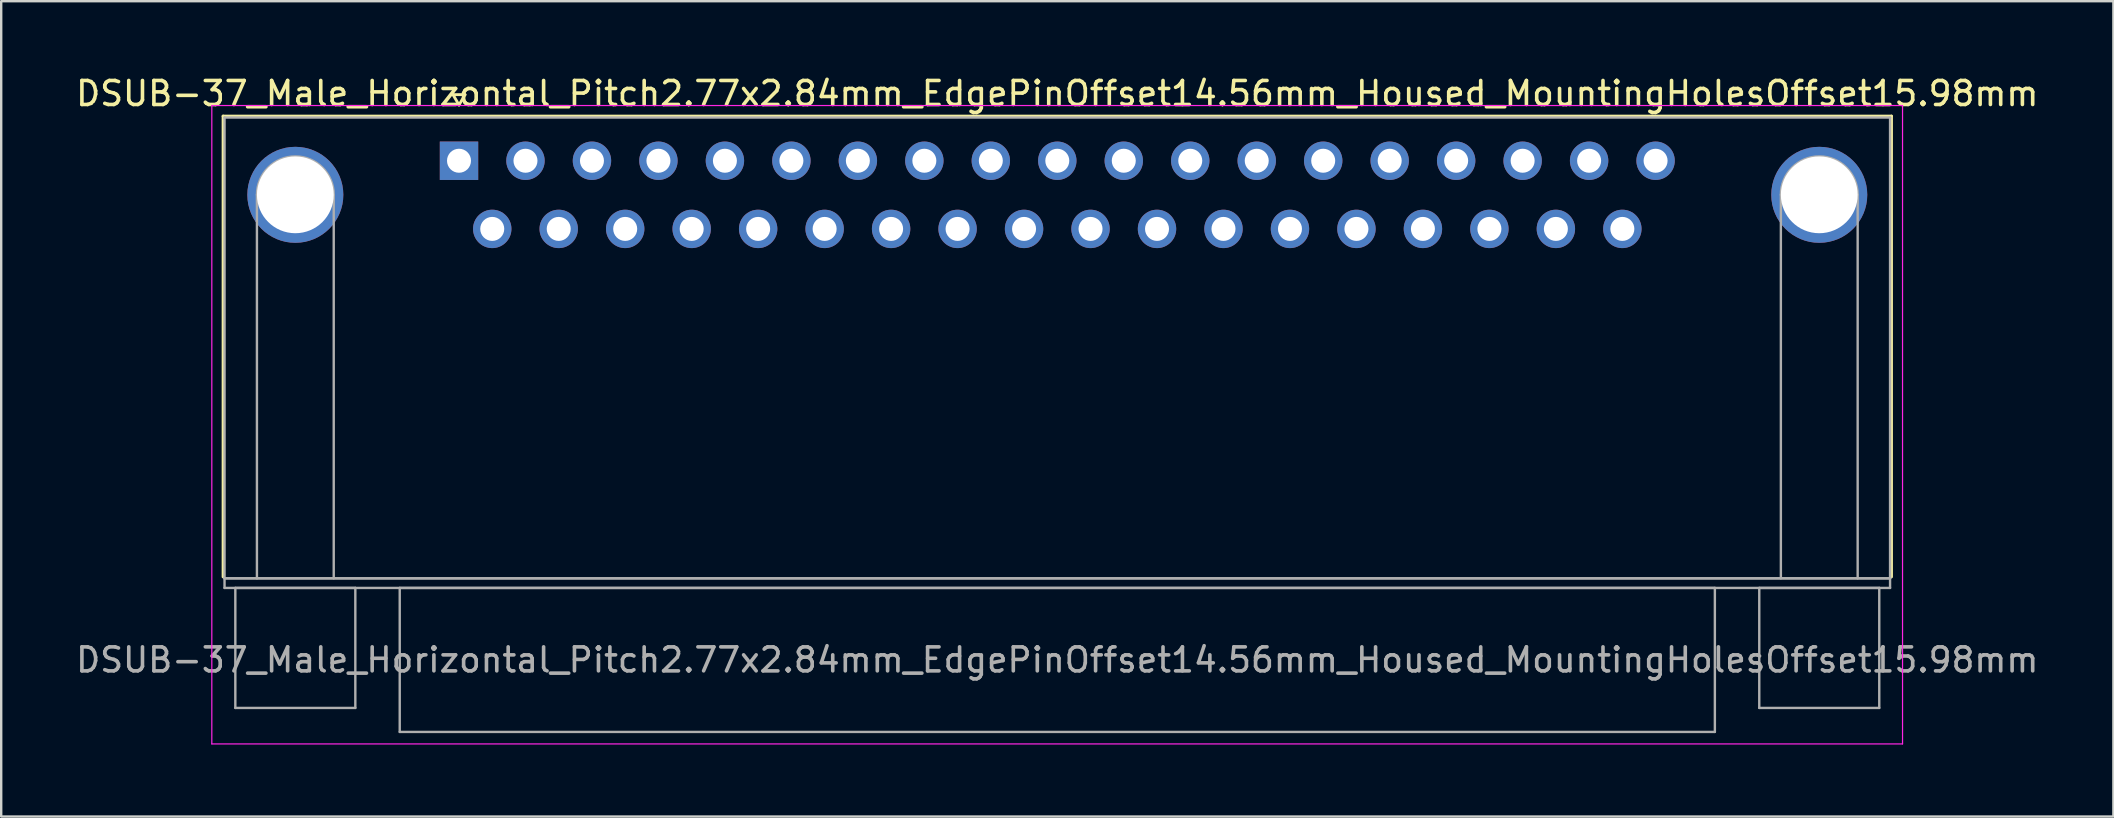
<source format=kicad_pcb>
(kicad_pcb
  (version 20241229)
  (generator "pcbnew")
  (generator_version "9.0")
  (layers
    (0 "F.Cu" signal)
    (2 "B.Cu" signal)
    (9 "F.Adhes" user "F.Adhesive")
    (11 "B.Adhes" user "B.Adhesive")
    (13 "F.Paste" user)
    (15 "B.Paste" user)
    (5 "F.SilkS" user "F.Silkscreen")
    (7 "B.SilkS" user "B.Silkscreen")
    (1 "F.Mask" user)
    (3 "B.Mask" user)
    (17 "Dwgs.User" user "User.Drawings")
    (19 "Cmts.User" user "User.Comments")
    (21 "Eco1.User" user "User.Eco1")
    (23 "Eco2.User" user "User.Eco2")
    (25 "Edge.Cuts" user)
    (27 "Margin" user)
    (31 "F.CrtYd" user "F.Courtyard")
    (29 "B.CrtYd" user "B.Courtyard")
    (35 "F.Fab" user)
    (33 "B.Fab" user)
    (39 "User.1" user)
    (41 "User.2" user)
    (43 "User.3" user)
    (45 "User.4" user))
  (footprint "DSUB-37_Male_Horizontal_Pitch2.77x2.84mm_EdgePinOffset14.56mm_Housed_MountingHolesOffset15.98mm"
    (layer "F.Cu")
    (at 16.076 3.648)
    (property "Reference" "DSUB-37_Male_Horizontal_Pitch2.77x2.84mm_EdgePinOffset14.56mm_Housed_MountingHolesOffset15.98mm" (at 24.93 -2.8 0) (layer "F.SilkS") (effects (font (size 1 1) (thickness 0.15))))
    (attr through_hole)
    (fp_line (start -9.83 -1.86) (end 59.69 -1.86) (stroke (width 0.12) (type solid)) (layer "F.SilkS"))
    (fp_line (start -9.83 17.34) (end -9.83 -1.86) (stroke (width 0.12) (type solid)) (layer "F.SilkS"))
    (fp_line (start -0.25 -2.754) (end 0.25 -2.754) (stroke (width 0.12) (type solid)) (layer "F.SilkS"))
    (fp_line (start 0 -2.321) (end -0.25 -2.754) (stroke (width 0.12) (type solid)) (layer "F.SilkS"))
    (fp_line (start 0.25 -2.754) (end 0 -2.321) (stroke (width 0.12) (type solid)) (layer "F.SilkS"))
    (fp_line (start 59.69 -1.86) (end 59.69 17.34) (stroke (width 0.12) (type solid)) (layer "F.SilkS"))
    (fp_line (start -10.3 -2.3) (end -10.3 24.3) (stroke (width 0.05) (type solid)) (layer "F.CrtYd"))
    (fp_line (start -10.3 24.3) (end 60.15 24.3) (stroke (width 0.05) (type solid)) (layer "F.CrtYd"))
    (fp_line (start 60.15 -2.3) (end -10.3 -2.3) (stroke (width 0.05) (type solid)) (layer "F.CrtYd"))
    (fp_line (start 60.15 24.3) (end 60.15 -2.3) (stroke (width 0.05) (type solid)) (layer "F.CrtYd"))
    (fp_line (start -9.77 -1.8) (end -9.77 17.4) (stroke (width 0.1) (type solid)) (layer "F.Fab"))
    (fp_line (start -9.77 17.4) (end -9.77 17.8) (stroke (width 0.1) (type solid)) (layer "F.Fab"))
    (fp_line (start -9.77 17.4) (end 59.63 17.4) (stroke (width 0.1) (type solid)) (layer "F.Fab"))
    (fp_line (start -9.77 17.8) (end 59.63 17.8) (stroke (width 0.1) (type solid)) (layer "F.Fab"))
    (fp_line (start -9.32 17.8) (end -9.32 22.8) (stroke (width 0.1) (type solid)) (layer "F.Fab"))
    (fp_line (start -9.32 22.8) (end -4.32 22.8) (stroke (width 0.1) (type solid)) (layer "F.Fab"))
    (fp_line (start -8.42 17.4) (end -8.42 1.42) (stroke (width 0.1) (type solid)) (layer "F.Fab"))
    (fp_line (start -5.22 17.4) (end -5.22 1.42) (stroke (width 0.1) (type solid)) (layer "F.Fab"))
    (fp_line (start -4.32 17.8) (end -9.32 17.8) (stroke (width 0.1) (type solid)) (layer "F.Fab"))
    (fp_line (start -4.32 22.8) (end -4.32 17.8) (stroke (width 0.1) (type solid)) (layer "F.Fab"))
    (fp_line (start -2.47 17.8) (end -2.47 23.8) (stroke (width 0.1) (type solid)) (layer "F.Fab"))
    (fp_line (start -2.47 23.8) (end 52.33 23.8) (stroke (width 0.1) (type solid)) (layer "F.Fab"))
    (fp_line (start 52.33 17.8) (end -2.47 17.8) (stroke (width 0.1) (type solid)) (layer "F.Fab"))
    (fp_line (start 52.33 23.8) (end 52.33 17.8) (stroke (width 0.1) (type solid)) (layer "F.Fab"))
    (fp_line (start 54.18 17.8) (end 54.18 22.8) (stroke (width 0.1) (type solid)) (layer "F.Fab"))
    (fp_line (start 54.18 22.8) (end 59.18 22.8) (stroke (width 0.1) (type solid)) (layer "F.Fab"))
    (fp_line (start 55.08 17.4) (end 55.08 1.42) (stroke (width 0.1) (type solid)) (layer "F.Fab"))
    (fp_line (start 58.28 17.4) (end 58.28 1.42) (stroke (width 0.1) (type solid)) (layer "F.Fab"))
    (fp_line (start 59.18 17.8) (end 54.18 17.8) (stroke (width 0.1) (type solid)) (layer "F.Fab"))
    (fp_line (start 59.18 22.8) (end 59.18 17.8) (stroke (width 0.1) (type solid)) (layer "F.Fab"))
    (fp_line (start 59.63 -1.8) (end -9.77 -1.8) (stroke (width 0.1) (type solid)) (layer "F.Fab"))
    (fp_line (start 59.63 17.4) (end -9.77 17.4) (stroke (width 0.1) (type solid)) (layer "F.Fab"))
    (fp_line (start 59.63 17.4) (end 59.63 -1.8) (stroke (width 0.1) (type solid)) (layer "F.Fab"))
    (fp_line (start 59.63 17.8) (end 59.63 17.4) (stroke (width 0.1) (type solid)) (layer "F.Fab"))
    (fp_arc (start -8.42 1.42) (mid -6.82 -0.18) (end -5.22 1.42) (stroke (width 0.1) (type solid)) (layer "F.Fab"))
    (fp_arc (start 55.08 1.42) (mid 56.68 -0.18) (end 58.28 1.42) (stroke (width 0.1) (type solid)) (layer "F.Fab"))
    (fp_text user "${REFERENCE}" (at 24.93 20.8 0) (layer "F.Fab") (effects (font (size 1 1) (thickness 0.15))))
    (pad "0" thru_hole circle (at -6.82 1.42) (size 4 4) (drill 3.2) (layers "*.Cu" "*.Mask"))
    (pad "0" thru_hole circle (at 56.68 1.42) (size 4 4) (drill 3.2) (layers "*.Cu" "*.Mask"))
    (pad "1" thru_hole rect (at 0 0) (size 1.6 1.6) (drill 1) (layers "*.Cu" "*.Mask"))
    (pad "2" thru_hole circle (at 2.77 0) (size 1.6 1.6) (drill 1) (layers "*.Cu" "*.Mask"))
    (pad "3" thru_hole circle (at 5.54 0) (size 1.6 1.6) (drill 1) (layers "*.Cu" "*.Mask"))
    (pad "4" thru_hole circle (at 8.31 0) (size 1.6 1.6) (drill 1) (layers "*.Cu" "*.Mask"))
    (pad "5" thru_hole circle (at 11.08 0) (size 1.6 1.6) (drill 1) (layers "*.Cu" "*.Mask"))
    (pad "6" thru_hole circle (at 13.85 0) (size 1.6 1.6) (drill 1) (layers "*.Cu" "*.Mask"))
    (pad "7" thru_hole circle (at 16.62 0) (size 1.6 1.6) (drill 1) (layers "*.Cu" "*.Mask"))
    (pad "8" thru_hole circle (at 19.39 0) (size 1.6 1.6) (drill 1) (layers "*.Cu" "*.Mask"))
    (pad "9" thru_hole circle (at 22.16 0) (size 1.6 1.6) (drill 1) (layers "*.Cu" "*.Mask"))
    (pad "10" thru_hole circle (at 24.93 0) (size 1.6 1.6) (drill 1) (layers "*.Cu" "*.Mask"))
    (pad "11" thru_hole circle (at 27.7 0) (size 1.6 1.6) (drill 1) (layers "*.Cu" "*.Mask"))
    (pad "12" thru_hole circle (at 30.47 0) (size 1.6 1.6) (drill 1) (layers "*.Cu" "*.Mask"))
    (pad "13" thru_hole circle (at 33.24 0) (size 1.6 1.6) (drill 1) (layers "*.Cu" "*.Mask"))
    (pad "14" thru_hole circle (at 36.01 0) (size 1.6 1.6) (drill 1) (layers "*.Cu" "*.Mask"))
    (pad "15" thru_hole circle (at 38.78 0) (size 1.6 1.6) (drill 1) (layers "*.Cu" "*.Mask"))
    (pad "16" thru_hole circle (at 41.55 0) (size 1.6 1.6) (drill 1) (layers "*.Cu" "*.Mask"))
    (pad "17" thru_hole circle (at 44.32 0) (size 1.6 1.6) (drill 1) (layers "*.Cu" "*.Mask"))
    (pad "18" thru_hole circle (at 47.09 0) (size 1.6 1.6) (drill 1) (layers "*.Cu" "*.Mask"))
    (pad "19" thru_hole circle (at 49.86 0) (size 1.6 1.6) (drill 1) (layers "*.Cu" "*.Mask"))
    (pad "20" thru_hole circle (at 1.385 2.84) (size 1.6 1.6) (drill 1) (layers "*.Cu" "*.Mask"))
    (pad "21" thru_hole circle (at 4.155 2.84) (size 1.6 1.6) (drill 1) (layers "*.Cu" "*.Mask"))
    (pad "22" thru_hole circle (at 6.925 2.84) (size 1.6 1.6) (drill 1) (layers "*.Cu" "*.Mask"))
    (pad "23" thru_hole circle (at 9.695 2.84) (size 1.6 1.6) (drill 1) (layers "*.Cu" "*.Mask"))
    (pad "24" thru_hole circle (at 12.465 2.84) (size 1.6 1.6) (drill 1) (layers "*.Cu" "*.Mask"))
    (pad "25" thru_hole circle (at 15.235 2.84) (size 1.6 1.6) (drill 1) (layers "*.Cu" "*.Mask"))
    (pad "26" thru_hole circle (at 18.005 2.84) (size 1.6 1.6) (drill 1) (layers "*.Cu" "*.Mask"))
    (pad "27" thru_hole circle (at 20.775 2.84) (size 1.6 1.6) (drill 1) (layers "*.Cu" "*.Mask"))
    (pad "28" thru_hole circle (at 23.545 2.84) (size 1.6 1.6) (drill 1) (layers "*.Cu" "*.Mask"))
    (pad "29" thru_hole circle (at 26.315 2.84) (size 1.6 1.6) (drill 1) (layers "*.Cu" "*.Mask"))
    (pad "30" thru_hole circle (at 29.085 2.84) (size 1.6 1.6) (drill 1) (layers "*.Cu" "*.Mask"))
    (pad "31" thru_hole circle (at 31.855 2.84) (size 1.6 1.6) (drill 1) (layers "*.Cu" "*.Mask"))
    (pad "32" thru_hole circle (at 34.625 2.84) (size 1.6 1.6) (drill 1) (layers "*.Cu" "*.Mask"))
    (pad "33" thru_hole circle (at 37.395 2.84) (size 1.6 1.6) (drill 1) (layers "*.Cu" "*.Mask"))
    (pad "34" thru_hole circle (at 40.165 2.84) (size 1.6 1.6) (drill 1) (layers "*.Cu" "*.Mask"))
    (pad "35" thru_hole circle (at 42.935 2.84) (size 1.6 1.6) (drill 1) (layers "*.Cu" "*.Mask"))
    (pad "36" thru_hole circle (at 45.705 2.84) (size 1.6 1.6) (drill 1) (layers "*.Cu" "*.Mask"))
    (pad "37" thru_hole circle (at 48.475 2.84) (size 1.6 1.6) (drill 1) (layers "*.Cu" "*.Mask")))
  (gr_rect
    (start -3 -3)
    (end 85.012 30.973)
    (stroke (width 0.1) (type default))
    (fill no)
    (layer "Edge.Cuts")))
</source>
